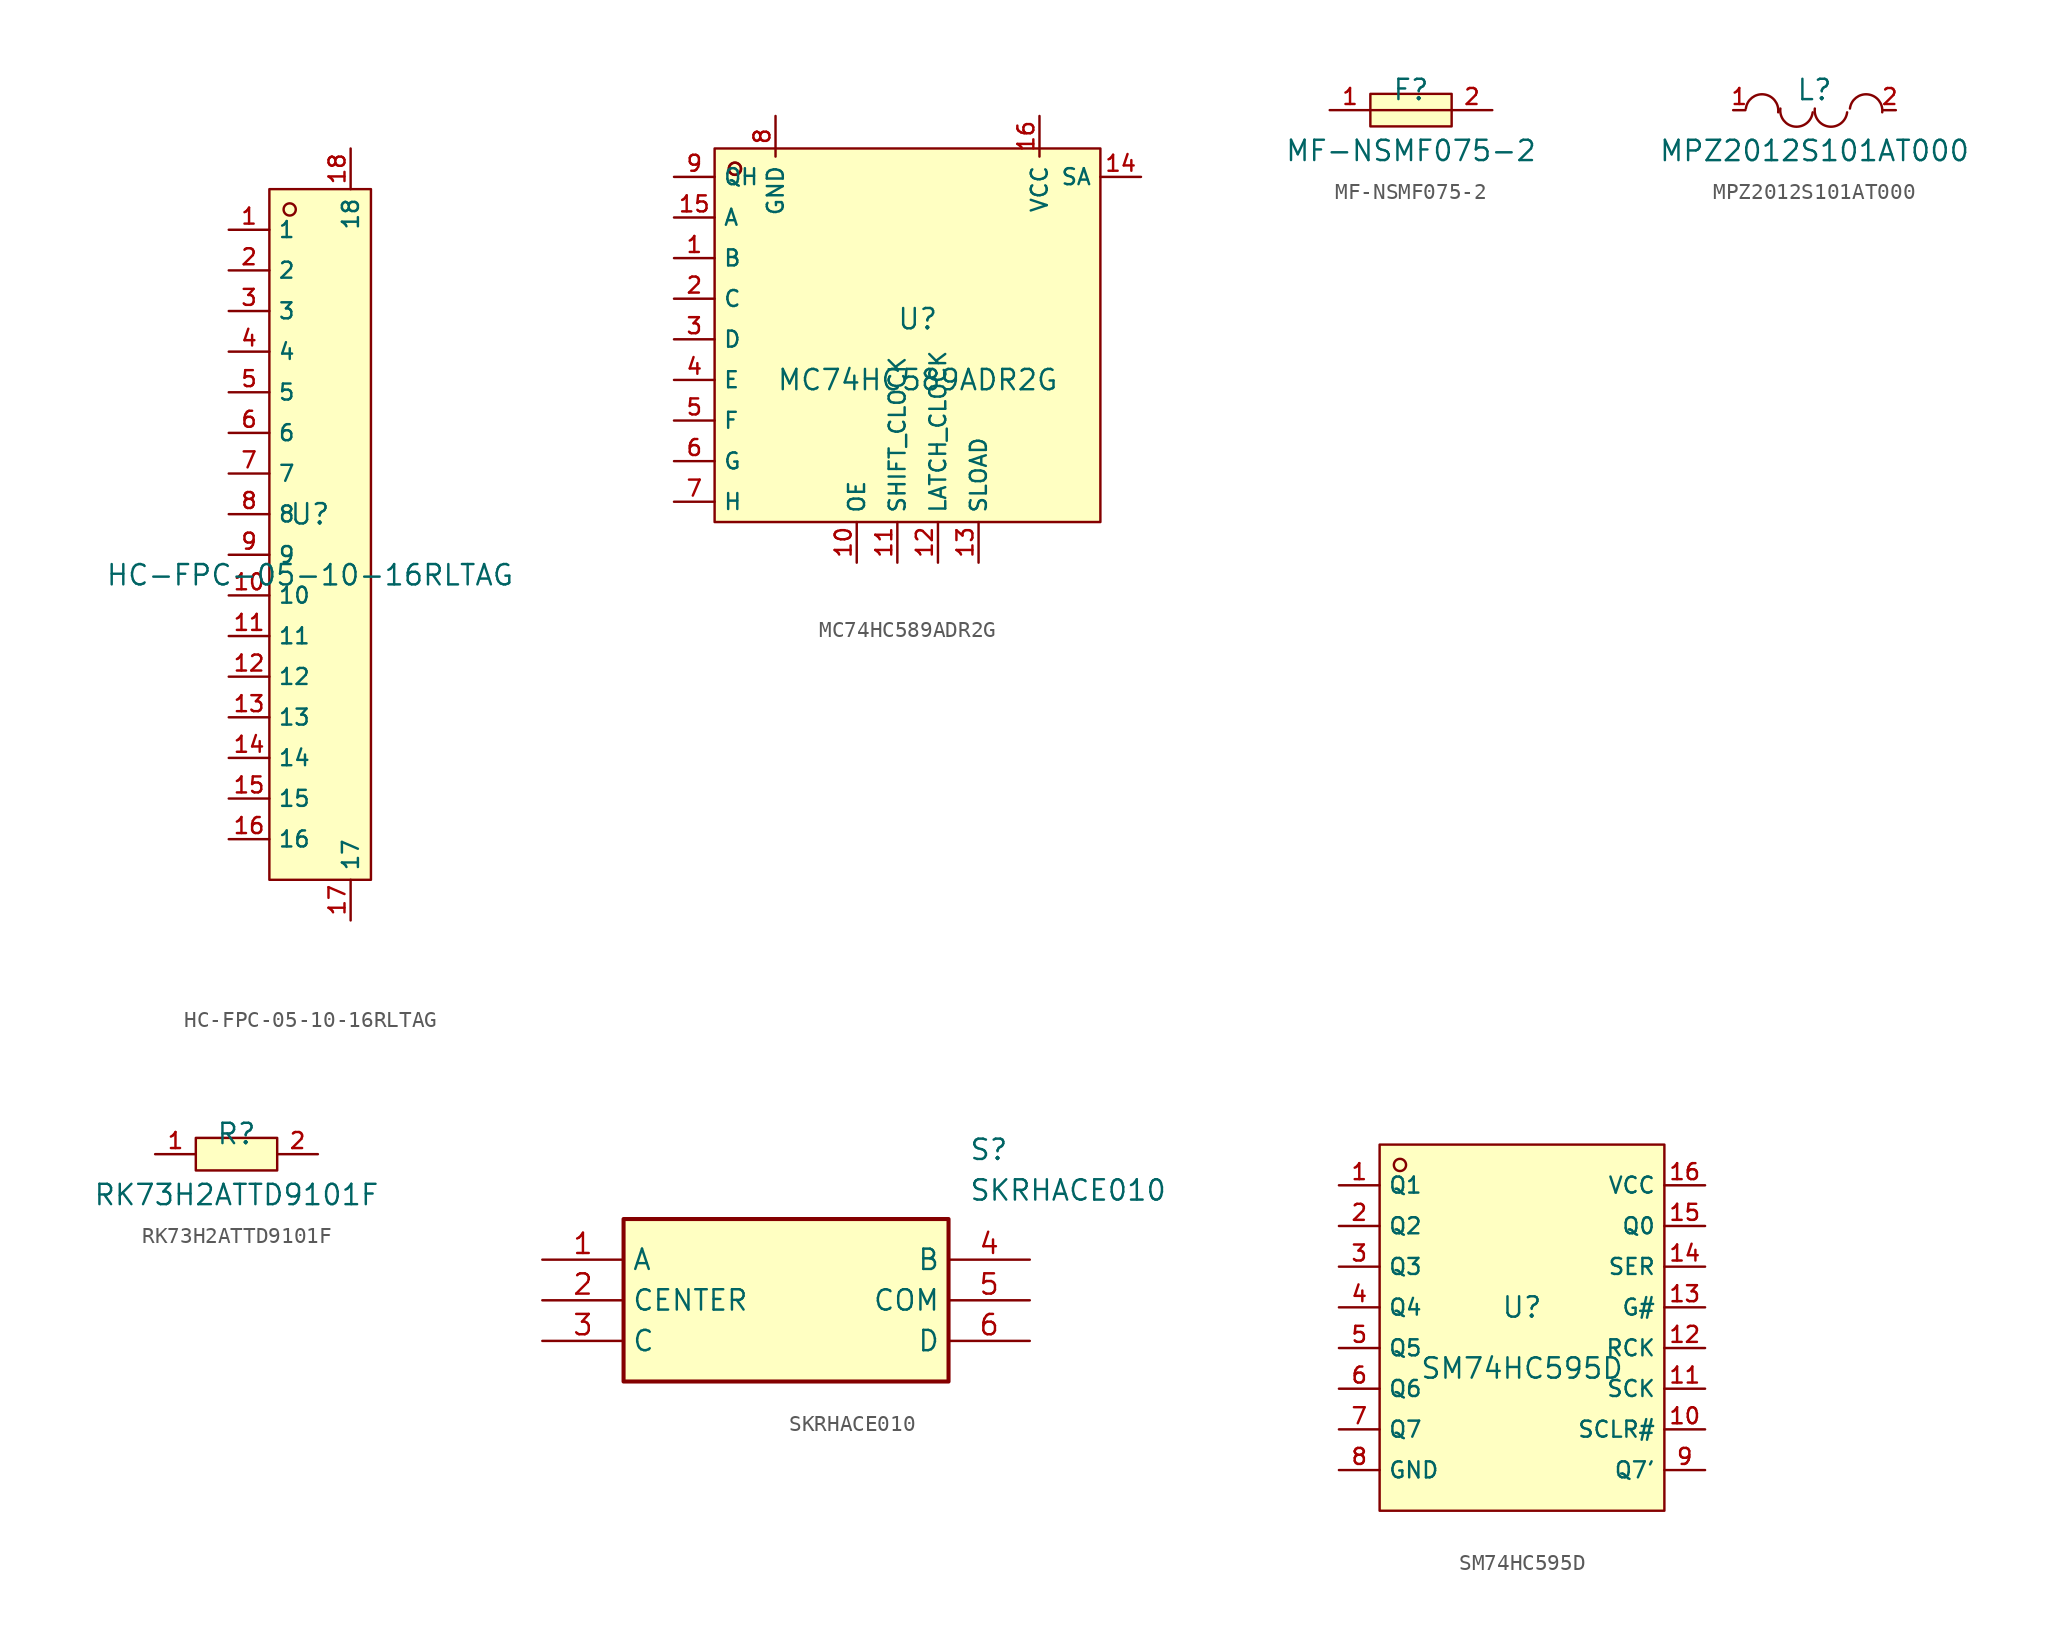
<source format=kicad_sym>
(kicad_symbol_lib
  (version 20220914)
  (generator kicad_symbol_editor)
  (symbol "HC-FPC-05-10-16RLTAG"
    (property "Reference" "U"
      (at 0 1.27 0)
      (effects (font (size 1.27 1.27))))
    (property "Value" "HC-FPC-05-10-16RLTAG"
      (at 0 -2.54 0)
      (effects (font (size 1.27 1.27))))
    (symbol "HC-FPC-05-10-16RLTAG_0_1"
      (rectangle (start -2.54 21.59) (end 3.81 -21.59) (stroke (width 0) (type default)) (fill (type background)))
      (circle (center -1.27 20.32) (radius 0.381) (stroke (width 0) (type default)) (fill (type background)))
      (pin unspecified line (at -5.08 19.05 0) (length 2.54) (name "1" (effects (font (size 1 1)))) (number "1" (effects (font (size 1 1)))))
      (pin unspecified line (at -5.08 -3.81 0) (length 2.54) (name "10" (effects (font (size 1 1)))) (number "10" (effects (font (size 1 1)))))
      (pin unspecified line (at -5.08 -6.35 0) (length 2.54) (name "11" (effects (font (size 1 1)))) (number "11" (effects (font (size 1 1)))))
      (pin unspecified line (at -5.08 -8.89 0) (length 2.54) (name "12" (effects (font (size 1 1)))) (number "12" (effects (font (size 1 1)))))
      (pin unspecified line (at -5.08 -11.43 0) (length 2.54) (name "13" (effects (font (size 1 1)))) (number "13" (effects (font (size 1 1)))))
      (pin unspecified line (at -5.08 -13.97 0) (length 2.54) (name "14" (effects (font (size 1 1)))) (number "14" (effects (font (size 1 1)))))
      (pin unspecified line (at -5.08 -16.51 0) (length 2.54) (name "15" (effects (font (size 1 1)))) (number "15" (effects (font (size 1 1)))))
      (pin unspecified line (at -5.08 -19.05 0) (length 2.54) (name "16" (effects (font (size 1 1)))) (number "16" (effects (font (size 1 1)))))
      (pin unspecified line (at 2.54 -24.13 90) (length 2.54) (name "17" (effects (font (size 1 1)))) (number "17" (effects (font (size 1 1)))))
      (pin unspecified line (at 2.54 24.13 270) (length 2.54) (name "18" (effects (font (size 1 1)))) (number "18" (effects (font (size 1 1)))))
      (pin unspecified line (at -5.08 16.51 0) (length 2.54) (name "2" (effects (font (size 1 1)))) (number "2" (effects (font (size 1 1)))))
      (pin unspecified line (at -5.08 13.97 0) (length 2.54) (name "3" (effects (font (size 1 1)))) (number "3" (effects (font (size 1 1)))))
      (pin unspecified line (at -5.08 11.43 0) (length 2.54) (name "4" (effects (font (size 1 1)))) (number "4" (effects (font (size 1 1)))))
      (pin unspecified line (at -5.08 8.89 0) (length 2.54) (name "5" (effects (font (size 1 1)))) (number "5" (effects (font (size 1 1)))))
      (pin unspecified line (at -5.08 6.35 0) (length 2.54) (name "6" (effects (font (size 1 1)))) (number "6" (effects (font (size 1 1)))))
      (pin unspecified line (at -5.08 3.81 0) (length 2.54) (name "7" (effects (font (size 1 1)))) (number "7" (effects (font (size 1 1)))))
      (pin unspecified line (at -5.08 1.27 0) (length 2.54) (name "8" (effects (font (size 1 1)))) (number "8" (effects (font (size 1 1)))))
      (pin unspecified line (at -5.08 -1.27 0) (length 2.54) (name "9" (effects (font (size 1 1)))) (number "9" (effects (font (size 1 1)))))))
  (symbol "MC74HC589ADR2G"
    (property "Reference" "U"
      (at 0 1.27 0)
      (effects (font (size 1.27 1.27))))
    (property "Value" "MC74HC589ADR2G"
      (at 0 -2.54 0)
      (effects (font (size 1.27 1.27))))
    (symbol "MC74HC589ADR2G_0_1"
      (rectangle (start -12.7 11.938) (end 11.43 -11.43) (stroke (width 0) (type default)) (fill (type background)))
      (circle (center -11.43 10.668) (radius 0.381) (stroke (width 0) (type default)) (fill (type background)))
      (circle (center -11.43 10.668) (radius 0.381) (stroke (width 0) (type default)) (fill (type background)))
      (pin unspecified line (at -15.24 5.08 0) (length 2.54) (name "B" (effects (font (size 1 1)))) (number "1" (effects (font (size 1 1)))))
      (pin unspecified line (at -3.81 -13.97 90) (length 2.54) (name "OE" (effects (font (size 1 1)))) (number "10" (effects (font (size 1 1)))))
      (pin unspecified line (at -1.27 -13.97 90) (length 2.54) (name "SHIFT_CLOCK" (effects (font (size 1 1)))) (number "11" (effects (font (size 1 1)))))
      (pin unspecified line (at 1.27 -13.97 90) (length 2.54) (name "LATCH_CLOCK" (effects (font (size 1 1)))) (number "12" (effects (font (size 1 1)))))
      (pin unspecified line (at 3.81 -13.97 90) (length 2.54) (name "SLOAD" (effects (font (size 1 1)))) (number "13" (effects (font (size 1 1)))))
      (pin unspecified line (at 13.97 10.16 180) (length 2.54) (name "SA" (effects (font (size 1 1)))) (number "14" (effects (font (size 1 1)))))
      (pin unspecified line (at -15.24 7.62 0) (length 2.54) (name "A" (effects (font (size 1 1)))) (number "15" (effects (font (size 1 1)))))
      (pin unspecified line (at 7.62 13.97 270) (length 2.54) (name "VCC" (effects (font (size 1 1)))) (number "16" (effects (font (size 1 1)))))
      (pin unspecified line (at -15.24 2.54 0) (length 2.54) (name "C" (effects (font (size 1 1)))) (number "2" (effects (font (size 1 1)))))
      (pin unspecified line (at -15.24 0 0) (length 2.54) (name "D" (effects (font (size 1 1)))) (number "3" (effects (font (size 1 1)))))
      (pin unspecified line (at -15.24 -2.54 0) (length 2.54) (name "E" (effects (font (size 1 1)))) (number "4" (effects (font (size 1 1)))))
      (pin unspecified line (at -15.24 -5.08 0) (length 2.54) (name "F" (effects (font (size 1 1)))) (number "5" (effects (font (size 1 1)))))
      (pin unspecified line (at -15.24 -7.62 0) (length 2.54) (name "G" (effects (font (size 1 1)))) (number "6" (effects (font (size 1 1)))))
      (pin unspecified line (at -15.24 -10.16 0) (length 2.54) (name "H" (effects (font (size 1 1)))) (number "7" (effects (font (size 1 1)))))
      (pin unspecified line (at -8.89 13.97 270) (length 2.54) (name "GND" (effects (font (size 1 1)))) (number "8" (effects (font (size 1 1)))))
      (pin unspecified line (at -15.24 10.16 0) (length 2.54) (name "QH" (effects (font (size 1 1)))) (number "9" (effects (font (size 1 1)))))))
  (symbol "MF-NSMF075-2"
    (pin_names hide)
    (property "Reference" "F"
      (at 0 1.27 0)
      (effects (font (size 1.27 1.27))))
    (property "Value" "MF-NSMF075-2"
      (at 0 -2.54 0)
      (effects (font (size 1.27 1.27))))
    (symbol "MF-NSMF075-2_0_1"
      (rectangle (start -2.54 1.016) (end 2.54 -1.016) (stroke (width 0) (type default)) (fill (type background)))
      (polyline (pts (xy -2.54 0) (xy 2.54 0)) (stroke (width 0) (type default)) (fill (type none)))
      (pin unspecified line (at -5.08 0 0) (length 2.54) (name "1" (effects (font (size 1 1)))) (number "1" (effects (font (size 1 1)))))
      (pin unspecified line (at 5.08 0 180) (length 2.54) (name "2" (effects (font (size 1 1)))) (number "2" (effects (font (size 1 1)))))))
  (symbol "MPZ2012S101AT000"
    (pin_names hide)
    (property "Reference" "L"
      (at 0 1.27 0)
      (effects (font (size 1.27 1.27))))
    (property "Value" "MPZ2012S101AT000"
      (at 0 -2.54 0)
      (effects (font (size 1.27 1.27))))
    (symbol "MPZ2012S101AT000_0_1"
      (arc (start -2.2674 -0.1341) (mid -3.1595 0.9883) (end -4.2858 0.1011) (stroke (width 0) (type default)) (fill (type none)))
      (arc (start -2.1318 0.1001) (mid -1.2406 -1.0269) (end -0.1135 -0.1357) (stroke (width 0) (type default)) (fill (type none)))
      (arc (start 0.0196 0.1001) (mid 0.9107 -1.0268) (end 2.0378 -0.1357) (stroke (width 0) (type default)) (fill (type none)))
      (arc (start 4.2312 -0.1341) (mid 3.3391 0.9883) (end 2.2128 0.1011) (stroke (width 0) (type default)) (fill (type none)))
      (pin unspecified line (at -5.08 0 0) (length 0.762) (name "1" (effects (font (size 1 1)))) (number "1" (effects (font (size 1 1)))))
      (pin unspecified line (at 5.08 0 180) (length 0.762) (name "2" (effects (font (size 1 1)))) (number "2" (effects (font (size 1 1)))))))
  (symbol "RK73H2ATTD9101F"
    (pin_names hide)
    (property "Reference" "R"
      (at 0 1.27 0)
      (effects (font (size 1.27 1.27))))
    (property "Value" "RK73H2ATTD9101F"
      (at 0 -2.54 0)
      (effects (font (size 1.27 1.27))))
    (symbol "RK73H2ATTD9101F_0_1"
      (rectangle (start -2.54 1.016) (end 2.54 -1.016) (stroke (width 0) (type default)) (fill (type background)))
      (pin unspecified line (at -5.08 0 0) (length 2.54) (name "1" (effects (font (size 1 1)))) (number "1" (effects (font (size 1 1)))))
      (pin unspecified line (at 5.08 0 180) (length 2.54) (name "2" (effects (font (size 1 1)))) (number "2" (effects (font (size 1 1)))))))
  (symbol "SKRHACE010"
    (property "Reference" "S"
      (at 26.67 7.62 0)
      (effects (font (size 1.27 1.27)) (justify left top)))
    (property "Value" "SKRHACE010"
      (at 26.67 5.08 0)
      (effects (font (size 1.27 1.27)) (justify left top)))
    (symbol "SKRHACE010_1_1"
      (rectangle (start 5.08 2.54) (end 25.4 -7.62) (stroke (width 0.254) (type default)) (fill (type background)))
      (pin passive line (at 0 0 0) (length 5.08) (name "A" (effects (font (size 1.27 1.27)))) (number "1" (effects (font (size 1.27 1.27)))))
      (pin passive line (at 0 -2.54 0) (length 5.08) (name "CENTER" (effects (font (size 1.27 1.27)))) (number "2" (effects (font (size 1.27 1.27)))))
      (pin passive line (at 0 -5.08 0) (length 5.08) (name "C" (effects (font (size 1.27 1.27)))) (number "3" (effects (font (size 1.27 1.27)))))
      (pin passive line (at 30.48 0 180) (length 5.08) (name "B" (effects (font (size 1.27 1.27)))) (number "4" (effects (font (size 1.27 1.27)))))
      (pin passive line (at 30.48 -2.54 180) (length 5.08) (name "COM" (effects (font (size 1.27 1.27)))) (number "5" (effects (font (size 1.27 1.27)))))
      (pin passive line (at 30.48 -5.08 180) (length 5.08) (name "D" (effects (font (size 1.27 1.27)))) (number "6" (effects (font (size 1.27 1.27)))))))
  (symbol "SM74HC595D"
    (property "Reference" "U"
      (at 0 1.27 0)
      (effects (font (size 1.27 1.27))))
    (property "Value" "SM74HC595D"
      (at 0 -2.54 0)
      (effects (font (size 1.27 1.27))))
    (symbol "SM74HC595D_0_1"
      (rectangle (start -8.89 11.43) (end 8.89 -11.43) (stroke (width 0) (type default)) (fill (type background)))
      (circle (center -7.62 10.16) (radius 0.381) (stroke (width 0) (type default)) (fill (type background)))
      (pin unspecified line (at -11.43 8.89 0) (length 2.54) (name "Q1" (effects (font (size 1 1)))) (number "1" (effects (font (size 1 1)))))
      (pin unspecified line (at 11.43 -6.35 180) (length 2.54) (name "SCLR#" (effects (font (size 1 1)))) (number "10" (effects (font (size 1 1)))))
      (pin unspecified line (at 11.43 -3.81 180) (length 2.54) (name "SCK" (effects (font (size 1 1)))) (number "11" (effects (font (size 1 1)))))
      (pin unspecified line (at 11.43 -1.27 180) (length 2.54) (name "RCK" (effects (font (size 1 1)))) (number "12" (effects (font (size 1 1)))))
      (pin unspecified line (at 11.43 1.27 180) (length 2.54) (name "G#" (effects (font (size 1 1)))) (number "13" (effects (font (size 1 1)))))
      (pin unspecified line (at 11.43 3.81 180) (length 2.54) (name "SER" (effects (font (size 1 1)))) (number "14" (effects (font (size 1 1)))))
      (pin unspecified line (at 11.43 6.35 180) (length 2.54) (name "Q0" (effects (font (size 1 1)))) (number "15" (effects (font (size 1 1)))))
      (pin unspecified line (at 11.43 8.89 180) (length 2.54) (name "VCC" (effects (font (size 1 1)))) (number "16" (effects (font (size 1 1)))))
      (pin unspecified line (at -11.43 6.35 0) (length 2.54) (name "Q2" (effects (font (size 1 1)))) (number "2" (effects (font (size 1 1)))))
      (pin unspecified line (at -11.43 3.81 0) (length 2.54) (name "Q3" (effects (font (size 1 1)))) (number "3" (effects (font (size 1 1)))))
      (pin unspecified line (at -11.43 1.27 0) (length 2.54) (name "Q4" (effects (font (size 1 1)))) (number "4" (effects (font (size 1 1)))))
      (pin unspecified line (at -11.43 -1.27 0) (length 2.54) (name "Q5" (effects (font (size 1 1)))) (number "5" (effects (font (size 1 1)))))
      (pin unspecified line (at -11.43 -3.81 0) (length 2.54) (name "Q6" (effects (font (size 1 1)))) (number "6" (effects (font (size 1 1)))))
      (pin unspecified line (at -11.43 -6.35 0) (length 2.54) (name "Q7" (effects (font (size 1 1)))) (number "7" (effects (font (size 1 1)))))
      (pin unspecified line (at -11.43 -8.89 0) (length 2.54) (name "GND" (effects (font (size 1 1)))) (number "8" (effects (font (size 1 1)))))
      (pin unspecified line (at 11.43 -8.89 180) (length 2.54) (name "Q7'" (effects (font (size 1 1)))) (number "9" (effects (font (size 1 1))))))))
</source>
